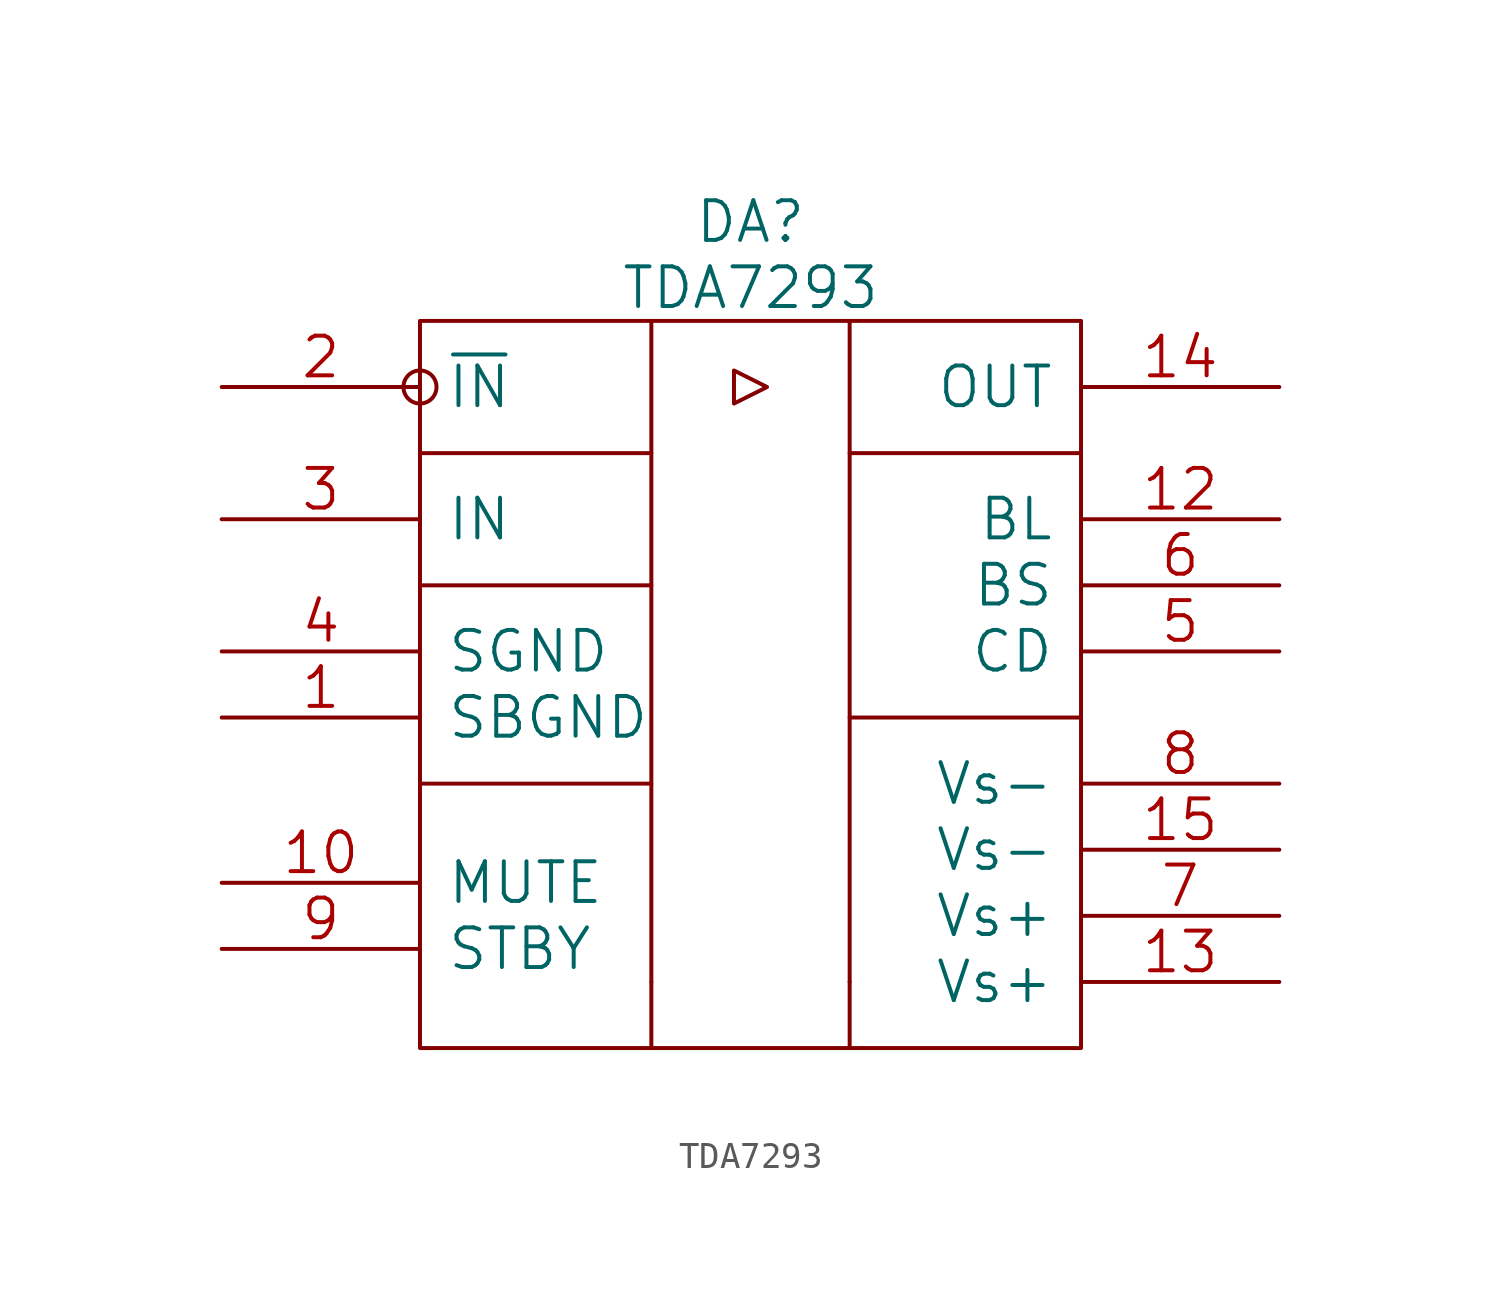
<source format=kicad_sym>
(kicad_symbol_lib
  (version 20211014)
  (generator kicad_symbol_editor)
  (symbol "TDA7293"
    (pin_names
      (offset 1.016))
    (property "Reference" "DA"
      (at 12.7 3.81 0)
      (effects (font (size 1.524 1.524))))
    (property "Value" "TDA7293"
      (at 12.7 1.27 0)
      (effects (font (size 1.524 1.524))))
    (property "Footprint" ""
      (at 0 0 0)
      (effects (font (size 1.524 1.524))))
    (property "Datasheet" ""
      (at 0 0 0)
      (effects (font (size 1.524 1.524))))
    (symbol "TDA7293_0_0"
      (pin input line (at -7.62 -15.24 0) (length 7.62) (name "SBGND" (effects (font (size 1.524 1.524)))) (number "1" (effects (font (size 1.524 1.524)))))
      (pin input line (at -7.62 -21.59 0) (length 7.62) (name "MUTE" (effects (font (size 1.524 1.524)))) (number "10" (effects (font (size 1.524 1.524)))))
      (pin input line (at 33.02 -7.62 180) (length 7.62) (name "BL" (effects (font (size 1.524 1.524)))) (number "12" (effects (font (size 1.524 1.524)))))
      (pin power_out line (at 33.02 -25.4 180) (length 7.62) (name "Vs+" (effects (font (size 1.524 1.524)))) (number "13" (effects (font (size 1.524 1.524)))))
      (pin input line (at 33.02 -2.54 180) (length 7.62) (name "OUT" (effects (font (size 1.524 1.524)))) (number "14" (effects (font (size 1.524 1.524)))))
      (pin power_out line (at 33.02 -20.32 180) (length 7.62) (name "Vs-" (effects (font (size 1.524 1.524)))) (number "15" (effects (font (size 1.524 1.524)))))
      (pin input line (at -7.62 -2.54 0) (length 7.62) (name "~{IN}" (effects (font (size 1.524 1.524)))) (number "2" (effects (font (size 1.524 1.524)))))
      (pin input line (at -7.62 -7.62 0) (length 7.62) (name "IN" (effects (font (size 1.524 1.524)))) (number "3" (effects (font (size 1.524 1.524)))))
      (pin input line (at -7.62 -12.7 0) (length 7.62) (name "SGND" (effects (font (size 1.524 1.524)))) (number "4" (effects (font (size 1.524 1.524)))))
      (pin input line (at 33.02 -12.7 180) (length 7.62) (name "CD" (effects (font (size 1.524 1.524)))) (number "5" (effects (font (size 1.524 1.524)))))
      (pin input line (at 33.02 -10.16 180) (length 7.62) (name "BS" (effects (font (size 1.524 1.524)))) (number "6" (effects (font (size 1.524 1.524)))))
      (pin input line (at 33.02 -22.86 180) (length 7.62) (name "Vs+" (effects (font (size 1.524 1.524)))) (number "7" (effects (font (size 1.524 1.524)))))
      (pin input line (at 33.02 -17.78 180) (length 7.62) (name "Vs-" (effects (font (size 1.524 1.524)))) (number "8" (effects (font (size 1.524 1.524)))))
      (pin input line (at -7.62 -24.13 0) (length 7.62) (name "STBY" (effects (font (size 1.524 1.524)))) (number "9" (effects (font (size 1.524 1.524))))))
    (symbol "TDA7293_0_1"
      (circle (center 0 -2.54) (radius 0.635) (stroke (width 0) (type default) (color 0 0 0 0)) (fill (type none)))
      (polyline (pts (xy 0 -17.78) (xy 8.89 -17.78)) (stroke (width 0) (type default) (color 0 0 0 0)) (fill (type none)))
      (polyline (pts (xy 0 -10.16) (xy 8.89 -10.16)) (stroke (width 0) (type default) (color 0 0 0 0)) (fill (type none)))
      (polyline (pts (xy 0 -5.08) (xy 8.89 -5.08)) (stroke (width 0) (type default) (color 0 0 0 0)) (fill (type none)))
      (polyline (pts (xy 8.89 -27.94) (xy 8.89 -25.4)) (stroke (width 0) (type default) (color 0 0 0 0)) (fill (type none)))
      (polyline (pts (xy 8.89 0) (xy 8.89 -25.4)) (stroke (width 0) (type default) (color 0 0 0 0)) (fill (type none)))
      (polyline (pts (xy 16.51 -27.94) (xy 16.51 -25.4)) (stroke (width 0) (type default) (color 0 0 0 0)) (fill (type none)))
      (polyline (pts (xy 16.51 0) (xy 16.51 -25.4)) (stroke (width 0) (type default) (color 0 0 0 0)) (fill (type none)))
      (polyline (pts (xy 25.4 -15.24) (xy 16.51 -15.24)) (stroke (width 0) (type default) (color 0 0 0 0)) (fill (type none)))
      (polyline (pts (xy 25.4 -5.08) (xy 16.51 -5.08)) (stroke (width 0) (type default) (color 0 0 0 0)) (fill (type none)))
      (polyline (pts (xy 12.065 -1.905) (xy 12.065 -3.175) (xy 13.335 -2.54) (xy 12.065 -1.905)) (stroke (width 0) (type default) (color 0 0 0 0)) (fill (type none)))
      (rectangle (start 0 0) (end 25.4 -27.94) (stroke (width 0) (type default) (color 0 0 0 0)) (fill (type none))))))
</source>
